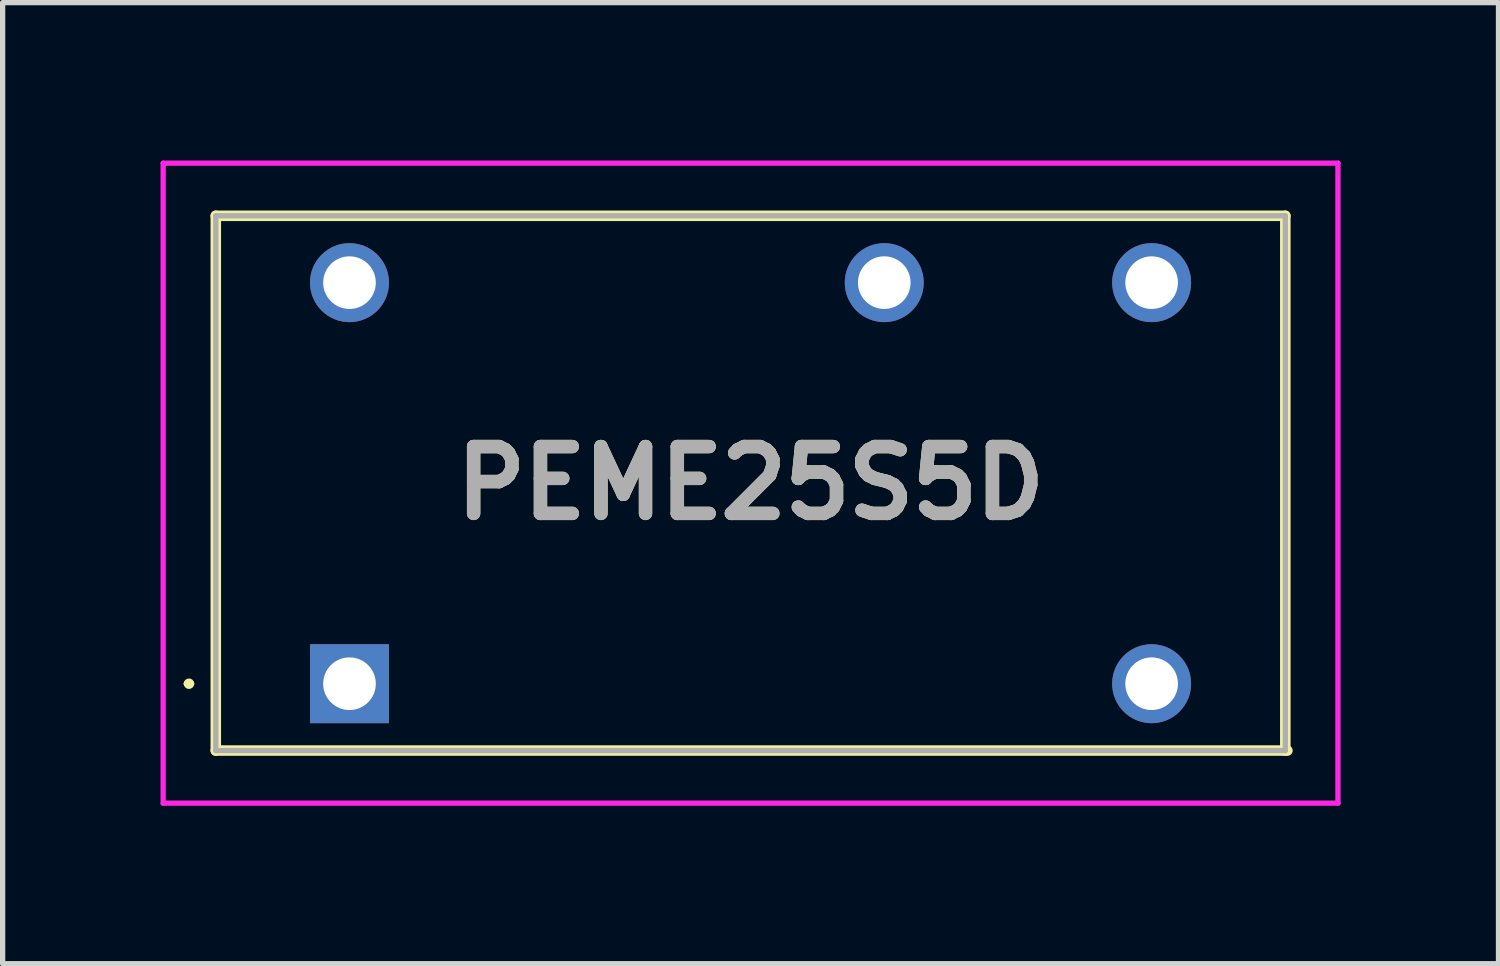
<source format=kicad_pcb>
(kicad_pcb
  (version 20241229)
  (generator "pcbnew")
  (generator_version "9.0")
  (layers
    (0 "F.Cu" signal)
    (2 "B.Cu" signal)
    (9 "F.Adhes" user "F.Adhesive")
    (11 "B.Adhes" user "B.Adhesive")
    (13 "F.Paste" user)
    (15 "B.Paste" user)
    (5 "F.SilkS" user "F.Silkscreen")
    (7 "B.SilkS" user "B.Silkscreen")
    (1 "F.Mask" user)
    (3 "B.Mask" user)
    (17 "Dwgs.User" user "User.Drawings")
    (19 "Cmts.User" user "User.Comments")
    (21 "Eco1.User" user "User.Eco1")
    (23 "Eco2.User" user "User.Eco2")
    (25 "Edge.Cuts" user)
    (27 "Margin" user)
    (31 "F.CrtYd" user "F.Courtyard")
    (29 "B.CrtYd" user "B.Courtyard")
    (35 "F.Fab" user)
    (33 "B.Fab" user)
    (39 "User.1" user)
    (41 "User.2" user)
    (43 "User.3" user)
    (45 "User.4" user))
  (footprint "PEME25S5D"
    (layer "F.Cu")
    (at 3.59 9.94)
    (property "Reference" "PEME25S5D" (at 7.62 -3.81 0) (layer "F.SilkS") (effects (font (size 1.27 1.27) (thickness 0.254))))
    (attr through_hole)
    (fp_line (start -3.1 0) (end -3.1 0) (stroke (width 0.1) (type solid)) (layer "F.SilkS"))
    (fp_line (start -3 0) (end -3 0) (stroke (width 0.1) (type solid)) (layer "F.SilkS"))
    (fp_line (start -2.54 -8.89) (end -2.54 1.27) (stroke (width 0.2) (type solid)) (layer "F.SilkS"))
    (fp_line (start -2.54 1.27) (end 17.82 1.27) (stroke (width 0.2) (type solid)) (layer "F.SilkS"))
    (fp_line (start 17.78 -8.89) (end -2.54 -8.89) (stroke (width 0.2) (type solid)) (layer "F.SilkS"))
    (fp_line (start 17.78 1.27) (end 17.78 -8.89) (stroke (width 0.2) (type solid)) (layer "F.SilkS"))
    (fp_arc (start -3.1 0) (mid -3.05 -0.05) (end -3 0) (stroke (width 0.1) (type solid)) (layer "F.SilkS"))
    (fp_arc (start -3 0) (mid -3.05 0.05) (end -3.1 0) (stroke (width 0.1) (type solid)) (layer "F.SilkS"))
    (fp_line (start -3.54 -9.89) (end 18.78 -9.89) (stroke (width 0.1) (type solid)) (layer "F.CrtYd"))
    (fp_line (start -3.54 2.27) (end -3.54 -9.89) (stroke (width 0.1) (type solid)) (layer "F.CrtYd"))
    (fp_line (start 18.78 -9.89) (end 18.78 2.27) (stroke (width 0.1) (type solid)) (layer "F.CrtYd"))
    (fp_line (start 18.78 2.27) (end -3.54 2.27) (stroke (width 0.1) (type solid)) (layer "F.CrtYd"))
    (fp_line (start -2.54 -8.89) (end -2.54 1.27) (stroke (width 0.1) (type solid)) (layer "F.Fab"))
    (fp_line (start -2.54 1.27) (end 17.78 1.27) (stroke (width 0.1) (type solid)) (layer "F.Fab"))
    (fp_line (start 17.78 -8.89) (end -2.54 -8.89) (stroke (width 0.1) (type solid)) (layer "F.Fab"))
    (fp_line (start 17.78 1.27) (end 17.78 -8.89) (stroke (width 0.1) (type solid)) (layer "F.Fab"))
    (fp_text user "${REFERENCE}" (at 7.62 -3.81 0) (layer "F.Fab") (effects (font (size 1.27 1.27) (thickness 0.254))))
    (pad "1" thru_hole rect (at 0 0) (size 1.5 1.5) (drill 1) (layers "*.Cu" "*.Mask"))
    (pad "7" thru_hole circle (at 15.24 0) (size 1.5 1.5) (drill 1) (layers "*.Cu" "*.Mask"))
    (pad "8" thru_hole circle (at 15.24 -7.62) (size 1.5 1.5) (drill 1) (layers "*.Cu" "*.Mask"))
    (pad "10" thru_hole circle (at 10.16 -7.62) (size 1.5 1.5) (drill 1) (layers "*.Cu" "*.Mask"))
    (pad "14" thru_hole circle (at 0 -7.62) (size 1.5 1.5) (drill 1) (layers "*.Cu" "*.Mask")))
  (gr_rect
    (start -3 -3)
    (end 25.42 15.26)
    (stroke (width 0.1) (type default))
    (fill no)
    (layer "Edge.Cuts")))
</source>
